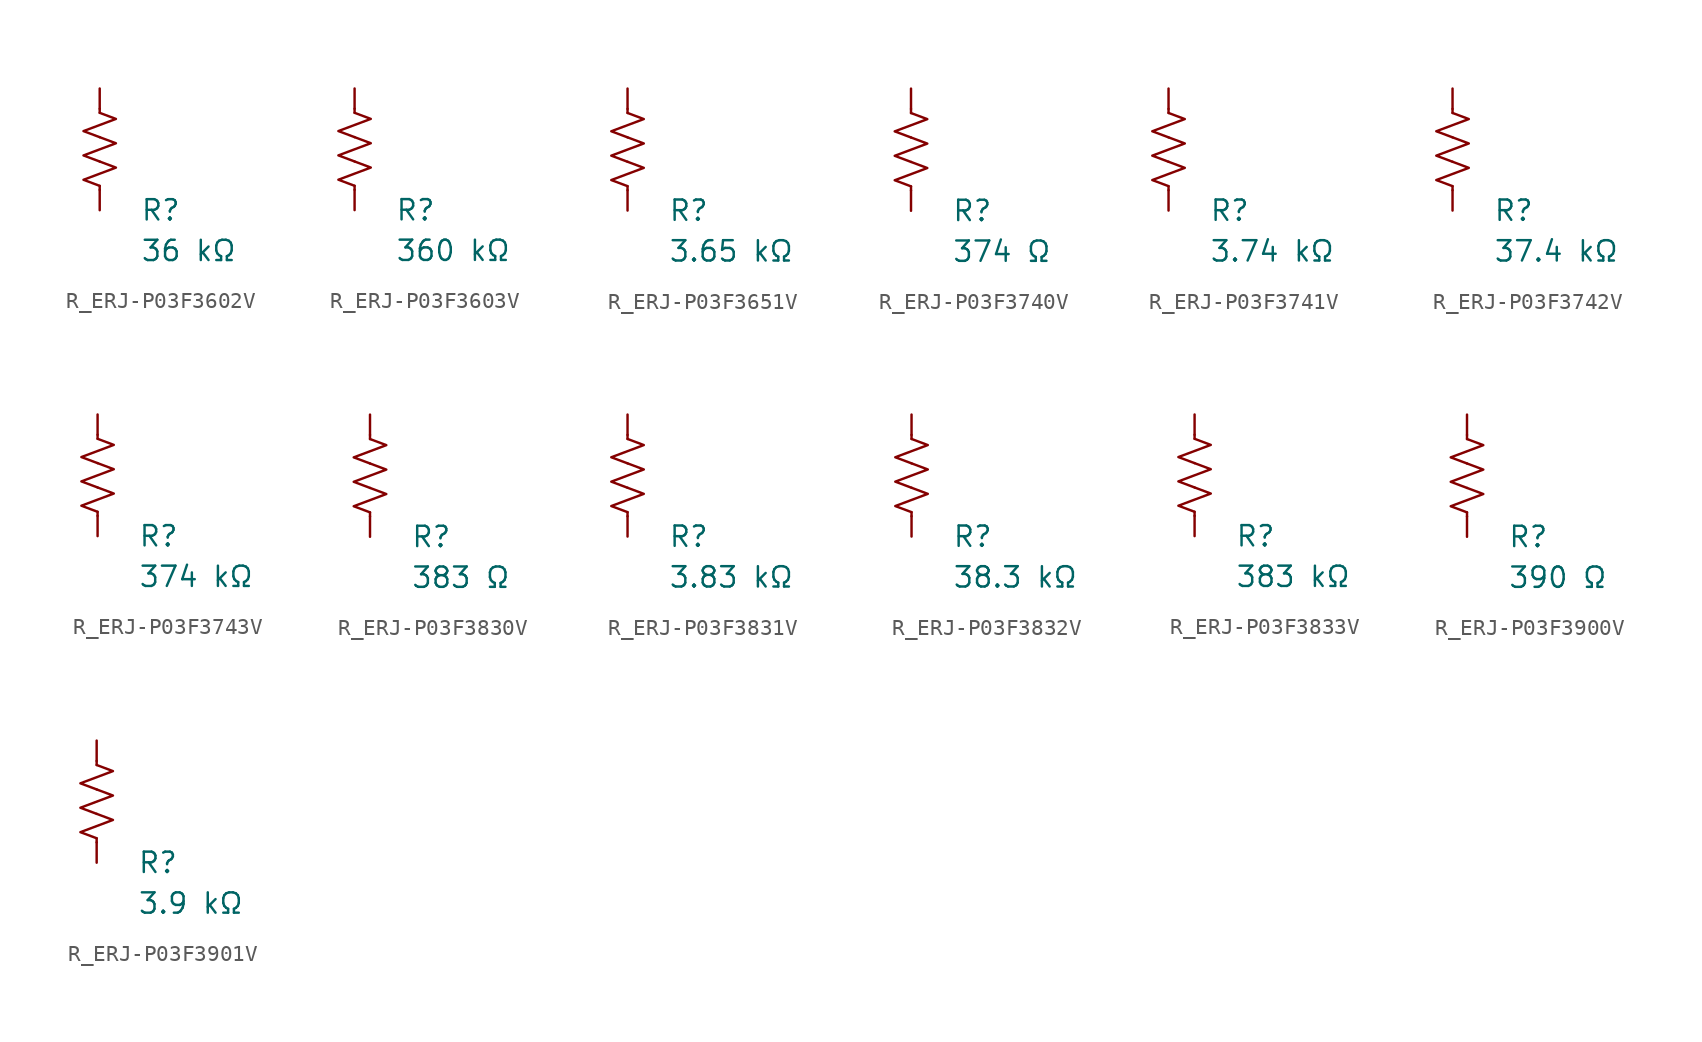
<source format=kicad_sym>
(kicad_symbol_lib
  (version 20231120)
  (generator "kicad_symbol_editor")
  (generator_version "8.0")
  (symbol "R_ERJ-P03F3602V"
    (pin_numbers hide)
    (pin_names
      (offset 0))
    (property "Reference" "R"
      (at 2.54 -3.81 0)
      (effects (font (size 1.27 1.27)) (justify left))
      (show_name no))
    (property "Value" "36 kΩ"
      (at 2.54 -6.35 0)
      (effects (font (size 1.27 1.27)) (justify left))
      (show_name no))
    (symbol "R_ERJ-P03F3602V_0_1"
      (polyline (pts (xy 0 -2.286) (xy 0 -2.54)) (stroke (width 0) (type default)) (fill (type none)))
      (polyline (pts (xy 0 2.286) (xy 0 2.54)) (stroke (width 0) (type default)) (fill (type none)))
      (polyline (pts (xy 0 -0.762) (xy 1.016 -1.143) (xy 0 -1.524) (xy -1.016 -1.905) (xy 0 -2.286)) (stroke (width 0) (type default)) (fill (type none)))
      (polyline (pts (xy 0 0.762) (xy 1.016 0.381) (xy 0 0) (xy -1.016 -0.381) (xy 0 -0.762)) (stroke (width 0) (type default)) (fill (type none)))
      (polyline (pts (xy 0 2.286) (xy 1.016 1.905) (xy 0 1.524) (xy -1.016 1.143) (xy 0 0.762)) (stroke (width 0) (type default)) (fill (type none))))
    (symbol "R_ERJ-P03F3602V_1_1"
      (pin passive line (at 0 3.81 270) (length 1.27) (name "~" (effects (font (size 1.27 1.27)))) (number "1" (effects (font (size 1.27 1.27)))))
      (pin passive line (at 0 -3.81 90) (length 1.27) (name "~" (effects (font (size 1.27 1.27)))) (number "2" (effects (font (size 1.27 1.27)))))))
  (symbol "R_ERJ-P03F3603V"
    (pin_numbers hide)
    (pin_names
      (offset 0))
    (property "Reference" "R"
      (at 2.54 -3.81 0)
      (effects (font (size 1.27 1.27)) (justify left))
      (show_name no))
    (property "Value" "360 kΩ"
      (at 2.54 -6.35 0)
      (effects (font (size 1.27 1.27)) (justify left))
      (show_name no))
    (symbol "R_ERJ-P03F3603V_0_1"
      (polyline (pts (xy 0 -2.286) (xy 0 -2.54)) (stroke (width 0) (type default)) (fill (type none)))
      (polyline (pts (xy 0 2.286) (xy 0 2.54)) (stroke (width 0) (type default)) (fill (type none)))
      (polyline (pts (xy 0 -0.762) (xy 1.016 -1.143) (xy 0 -1.524) (xy -1.016 -1.905) (xy 0 -2.286)) (stroke (width 0) (type default)) (fill (type none)))
      (polyline (pts (xy 0 0.762) (xy 1.016 0.381) (xy 0 0) (xy -1.016 -0.381) (xy 0 -0.762)) (stroke (width 0) (type default)) (fill (type none)))
      (polyline (pts (xy 0 2.286) (xy 1.016 1.905) (xy 0 1.524) (xy -1.016 1.143) (xy 0 0.762)) (stroke (width 0) (type default)) (fill (type none))))
    (symbol "R_ERJ-P03F3603V_1_1"
      (pin passive line (at 0 3.81 270) (length 1.27) (name "~" (effects (font (size 1.27 1.27)))) (number "1" (effects (font (size 1.27 1.27)))))
      (pin passive line (at 0 -3.81 90) (length 1.27) (name "~" (effects (font (size 1.27 1.27)))) (number "2" (effects (font (size 1.27 1.27)))))))
  (symbol "R_ERJ-P03F3651V"
    (pin_numbers hide)
    (pin_names
      (offset 0))
    (property "Reference" "R"
      (at 2.54 -3.81 0)
      (effects (font (size 1.27 1.27)) (justify left))
      (show_name no))
    (property "Value" "3.65 kΩ"
      (at 2.54 -6.35 0)
      (effects (font (size 1.27 1.27)) (justify left))
      (show_name no))
    (symbol "R_ERJ-P03F3651V_0_1"
      (polyline (pts (xy 0 -2.286) (xy 0 -2.54)) (stroke (width 0) (type default)) (fill (type none)))
      (polyline (pts (xy 0 2.286) (xy 0 2.54)) (stroke (width 0) (type default)) (fill (type none)))
      (polyline (pts (xy 0 -0.762) (xy 1.016 -1.143) (xy 0 -1.524) (xy -1.016 -1.905) (xy 0 -2.286)) (stroke (width 0) (type default)) (fill (type none)))
      (polyline (pts (xy 0 0.762) (xy 1.016 0.381) (xy 0 0) (xy -1.016 -0.381) (xy 0 -0.762)) (stroke (width 0) (type default)) (fill (type none)))
      (polyline (pts (xy 0 2.286) (xy 1.016 1.905) (xy 0 1.524) (xy -1.016 1.143) (xy 0 0.762)) (stroke (width 0) (type default)) (fill (type none))))
    (symbol "R_ERJ-P03F3651V_1_1"
      (pin passive line (at 0 3.81 270) (length 1.27) (name "~" (effects (font (size 1.27 1.27)))) (number "1" (effects (font (size 1.27 1.27)))))
      (pin passive line (at 0 -3.81 90) (length 1.27) (name "~" (effects (font (size 1.27 1.27)))) (number "2" (effects (font (size 1.27 1.27)))))))
  (symbol "R_ERJ-P03F3740V"
    (pin_numbers hide)
    (pin_names
      (offset 0))
    (property "Reference" "R"
      (at 2.54 -3.81 0)
      (effects (font (size 1.27 1.27)) (justify left))
      (show_name no))
    (property "Value" "374 Ω"
      (at 2.54 -6.35 0)
      (effects (font (size 1.27 1.27)) (justify left))
      (show_name no))
    (symbol "R_ERJ-P03F3740V_0_1"
      (polyline (pts (xy 0 -2.286) (xy 0 -2.54)) (stroke (width 0) (type default)) (fill (type none)))
      (polyline (pts (xy 0 2.286) (xy 0 2.54)) (stroke (width 0) (type default)) (fill (type none)))
      (polyline (pts (xy 0 -0.762) (xy 1.016 -1.143) (xy 0 -1.524) (xy -1.016 -1.905) (xy 0 -2.286)) (stroke (width 0) (type default)) (fill (type none)))
      (polyline (pts (xy 0 0.762) (xy 1.016 0.381) (xy 0 0) (xy -1.016 -0.381) (xy 0 -0.762)) (stroke (width 0) (type default)) (fill (type none)))
      (polyline (pts (xy 0 2.286) (xy 1.016 1.905) (xy 0 1.524) (xy -1.016 1.143) (xy 0 0.762)) (stroke (width 0) (type default)) (fill (type none))))
    (symbol "R_ERJ-P03F3740V_1_1"
      (pin passive line (at 0 3.81 270) (length 1.27) (name "~" (effects (font (size 1.27 1.27)))) (number "1" (effects (font (size 1.27 1.27)))))
      (pin passive line (at 0 -3.81 90) (length 1.27) (name "~" (effects (font (size 1.27 1.27)))) (number "2" (effects (font (size 1.27 1.27)))))))
  (symbol "R_ERJ-P03F3741V"
    (pin_numbers hide)
    (pin_names
      (offset 0))
    (property "Reference" "R"
      (at 2.54 -3.81 0)
      (effects (font (size 1.27 1.27)) (justify left))
      (show_name no))
    (property "Value" "3.74 kΩ"
      (at 2.54 -6.35 0)
      (effects (font (size 1.27 1.27)) (justify left))
      (show_name no))
    (symbol "R_ERJ-P03F3741V_0_1"
      (polyline (pts (xy 0 -2.286) (xy 0 -2.54)) (stroke (width 0) (type default)) (fill (type none)))
      (polyline (pts (xy 0 2.286) (xy 0 2.54)) (stroke (width 0) (type default)) (fill (type none)))
      (polyline (pts (xy 0 -0.762) (xy 1.016 -1.143) (xy 0 -1.524) (xy -1.016 -1.905) (xy 0 -2.286)) (stroke (width 0) (type default)) (fill (type none)))
      (polyline (pts (xy 0 0.762) (xy 1.016 0.381) (xy 0 0) (xy -1.016 -0.381) (xy 0 -0.762)) (stroke (width 0) (type default)) (fill (type none)))
      (polyline (pts (xy 0 2.286) (xy 1.016 1.905) (xy 0 1.524) (xy -1.016 1.143) (xy 0 0.762)) (stroke (width 0) (type default)) (fill (type none))))
    (symbol "R_ERJ-P03F3741V_1_1"
      (pin passive line (at 0 3.81 270) (length 1.27) (name "~" (effects (font (size 1.27 1.27)))) (number "1" (effects (font (size 1.27 1.27)))))
      (pin passive line (at 0 -3.81 90) (length 1.27) (name "~" (effects (font (size 1.27 1.27)))) (number "2" (effects (font (size 1.27 1.27)))))))
  (symbol "R_ERJ-P03F3742V"
    (pin_numbers hide)
    (pin_names
      (offset 0))
    (property "Reference" "R"
      (at 2.54 -3.81 0)
      (effects (font (size 1.27 1.27)) (justify left))
      (show_name no))
    (property "Value" "37.4 kΩ"
      (at 2.54 -6.35 0)
      (effects (font (size 1.27 1.27)) (justify left))
      (show_name no))
    (symbol "R_ERJ-P03F3742V_0_1"
      (polyline (pts (xy 0 -2.286) (xy 0 -2.54)) (stroke (width 0) (type default)) (fill (type none)))
      (polyline (pts (xy 0 2.286) (xy 0 2.54)) (stroke (width 0) (type default)) (fill (type none)))
      (polyline (pts (xy 0 -0.762) (xy 1.016 -1.143) (xy 0 -1.524) (xy -1.016 -1.905) (xy 0 -2.286)) (stroke (width 0) (type default)) (fill (type none)))
      (polyline (pts (xy 0 0.762) (xy 1.016 0.381) (xy 0 0) (xy -1.016 -0.381) (xy 0 -0.762)) (stroke (width 0) (type default)) (fill (type none)))
      (polyline (pts (xy 0 2.286) (xy 1.016 1.905) (xy 0 1.524) (xy -1.016 1.143) (xy 0 0.762)) (stroke (width 0) (type default)) (fill (type none))))
    (symbol "R_ERJ-P03F3742V_1_1"
      (pin passive line (at 0 3.81 270) (length 1.27) (name "~" (effects (font (size 1.27 1.27)))) (number "1" (effects (font (size 1.27 1.27)))))
      (pin passive line (at 0 -3.81 90) (length 1.27) (name "~" (effects (font (size 1.27 1.27)))) (number "2" (effects (font (size 1.27 1.27)))))))
  (symbol "R_ERJ-P03F3743V"
    (pin_numbers hide)
    (pin_names
      (offset 0))
    (property "Reference" "R"
      (at 2.54 -3.81 0)
      (effects (font (size 1.27 1.27)) (justify left))
      (show_name no))
    (property "Value" "374 kΩ"
      (at 2.54 -6.35 0)
      (effects (font (size 1.27 1.27)) (justify left))
      (show_name no))
    (symbol "R_ERJ-P03F3743V_0_1"
      (polyline (pts (xy 0 -2.286) (xy 0 -2.54)) (stroke (width 0) (type default)) (fill (type none)))
      (polyline (pts (xy 0 2.286) (xy 0 2.54)) (stroke (width 0) (type default)) (fill (type none)))
      (polyline (pts (xy 0 -0.762) (xy 1.016 -1.143) (xy 0 -1.524) (xy -1.016 -1.905) (xy 0 -2.286)) (stroke (width 0) (type default)) (fill (type none)))
      (polyline (pts (xy 0 0.762) (xy 1.016 0.381) (xy 0 0) (xy -1.016 -0.381) (xy 0 -0.762)) (stroke (width 0) (type default)) (fill (type none)))
      (polyline (pts (xy 0 2.286) (xy 1.016 1.905) (xy 0 1.524) (xy -1.016 1.143) (xy 0 0.762)) (stroke (width 0) (type default)) (fill (type none))))
    (symbol "R_ERJ-P03F3743V_1_1"
      (pin passive line (at 0 3.81 270) (length 1.27) (name "~" (effects (font (size 1.27 1.27)))) (number "1" (effects (font (size 1.27 1.27)))))
      (pin passive line (at 0 -3.81 90) (length 1.27) (name "~" (effects (font (size 1.27 1.27)))) (number "2" (effects (font (size 1.27 1.27)))))))
  (symbol "R_ERJ-P03F3830V"
    (pin_numbers hide)
    (pin_names
      (offset 0))
    (property "Reference" "R"
      (at 2.54 -3.81 0)
      (effects (font (size 1.27 1.27)) (justify left))
      (show_name no))
    (property "Value" "383 Ω"
      (at 2.54 -6.35 0)
      (effects (font (size 1.27 1.27)) (justify left))
      (show_name no))
    (symbol "R_ERJ-P03F3830V_0_1"
      (polyline (pts (xy 0 -2.286) (xy 0 -2.54)) (stroke (width 0) (type default)) (fill (type none)))
      (polyline (pts (xy 0 2.286) (xy 0 2.54)) (stroke (width 0) (type default)) (fill (type none)))
      (polyline (pts (xy 0 -0.762) (xy 1.016 -1.143) (xy 0 -1.524) (xy -1.016 -1.905) (xy 0 -2.286)) (stroke (width 0) (type default)) (fill (type none)))
      (polyline (pts (xy 0 0.762) (xy 1.016 0.381) (xy 0 0) (xy -1.016 -0.381) (xy 0 -0.762)) (stroke (width 0) (type default)) (fill (type none)))
      (polyline (pts (xy 0 2.286) (xy 1.016 1.905) (xy 0 1.524) (xy -1.016 1.143) (xy 0 0.762)) (stroke (width 0) (type default)) (fill (type none))))
    (symbol "R_ERJ-P03F3830V_1_1"
      (pin passive line (at 0 3.81 270) (length 1.27) (name "~" (effects (font (size 1.27 1.27)))) (number "1" (effects (font (size 1.27 1.27)))))
      (pin passive line (at 0 -3.81 90) (length 1.27) (name "~" (effects (font (size 1.27 1.27)))) (number "2" (effects (font (size 1.27 1.27)))))))
  (symbol "R_ERJ-P03F3831V"
    (pin_numbers hide)
    (pin_names
      (offset 0))
    (property "Reference" "R"
      (at 2.54 -3.81 0)
      (effects (font (size 1.27 1.27)) (justify left))
      (show_name no))
    (property "Value" "3.83 kΩ"
      (at 2.54 -6.35 0)
      (effects (font (size 1.27 1.27)) (justify left))
      (show_name no))
    (symbol "R_ERJ-P03F3831V_0_1"
      (polyline (pts (xy 0 -2.286) (xy 0 -2.54)) (stroke (width 0) (type default)) (fill (type none)))
      (polyline (pts (xy 0 2.286) (xy 0 2.54)) (stroke (width 0) (type default)) (fill (type none)))
      (polyline (pts (xy 0 -0.762) (xy 1.016 -1.143) (xy 0 -1.524) (xy -1.016 -1.905) (xy 0 -2.286)) (stroke (width 0) (type default)) (fill (type none)))
      (polyline (pts (xy 0 0.762) (xy 1.016 0.381) (xy 0 0) (xy -1.016 -0.381) (xy 0 -0.762)) (stroke (width 0) (type default)) (fill (type none)))
      (polyline (pts (xy 0 2.286) (xy 1.016 1.905) (xy 0 1.524) (xy -1.016 1.143) (xy 0 0.762)) (stroke (width 0) (type default)) (fill (type none))))
    (symbol "R_ERJ-P03F3831V_1_1"
      (pin passive line (at 0 3.81 270) (length 1.27) (name "~" (effects (font (size 1.27 1.27)))) (number "1" (effects (font (size 1.27 1.27)))))
      (pin passive line (at 0 -3.81 90) (length 1.27) (name "~" (effects (font (size 1.27 1.27)))) (number "2" (effects (font (size 1.27 1.27)))))))
  (symbol "R_ERJ-P03F3832V"
    (pin_numbers hide)
    (pin_names
      (offset 0))
    (property "Reference" "R"
      (at 2.54 -3.81 0)
      (effects (font (size 1.27 1.27)) (justify left))
      (show_name no))
    (property "Value" "38.3 kΩ"
      (at 2.54 -6.35 0)
      (effects (font (size 1.27 1.27)) (justify left))
      (show_name no))
    (symbol "R_ERJ-P03F3832V_0_1"
      (polyline (pts (xy 0 -2.286) (xy 0 -2.54)) (stroke (width 0) (type default)) (fill (type none)))
      (polyline (pts (xy 0 2.286) (xy 0 2.54)) (stroke (width 0) (type default)) (fill (type none)))
      (polyline (pts (xy 0 -0.762) (xy 1.016 -1.143) (xy 0 -1.524) (xy -1.016 -1.905) (xy 0 -2.286)) (stroke (width 0) (type default)) (fill (type none)))
      (polyline (pts (xy 0 0.762) (xy 1.016 0.381) (xy 0 0) (xy -1.016 -0.381) (xy 0 -0.762)) (stroke (width 0) (type default)) (fill (type none)))
      (polyline (pts (xy 0 2.286) (xy 1.016 1.905) (xy 0 1.524) (xy -1.016 1.143) (xy 0 0.762)) (stroke (width 0) (type default)) (fill (type none))))
    (symbol "R_ERJ-P03F3832V_1_1"
      (pin passive line (at 0 3.81 270) (length 1.27) (name "~" (effects (font (size 1.27 1.27)))) (number "1" (effects (font (size 1.27 1.27)))))
      (pin passive line (at 0 -3.81 90) (length 1.27) (name "~" (effects (font (size 1.27 1.27)))) (number "2" (effects (font (size 1.27 1.27)))))))
  (symbol "R_ERJ-P03F3833V"
    (pin_numbers hide)
    (pin_names
      (offset 0))
    (property "Reference" "R"
      (at 2.54 -3.81 0)
      (effects (font (size 1.27 1.27)) (justify left))
      (show_name no))
    (property "Value" "383 kΩ"
      (at 2.54 -6.35 0)
      (effects (font (size 1.27 1.27)) (justify left))
      (show_name no))
    (symbol "R_ERJ-P03F3833V_0_1"
      (polyline (pts (xy 0 -2.286) (xy 0 -2.54)) (stroke (width 0) (type default)) (fill (type none)))
      (polyline (pts (xy 0 2.286) (xy 0 2.54)) (stroke (width 0) (type default)) (fill (type none)))
      (polyline (pts (xy 0 -0.762) (xy 1.016 -1.143) (xy 0 -1.524) (xy -1.016 -1.905) (xy 0 -2.286)) (stroke (width 0) (type default)) (fill (type none)))
      (polyline (pts (xy 0 0.762) (xy 1.016 0.381) (xy 0 0) (xy -1.016 -0.381) (xy 0 -0.762)) (stroke (width 0) (type default)) (fill (type none)))
      (polyline (pts (xy 0 2.286) (xy 1.016 1.905) (xy 0 1.524) (xy -1.016 1.143) (xy 0 0.762)) (stroke (width 0) (type default)) (fill (type none))))
    (symbol "R_ERJ-P03F3833V_1_1"
      (pin passive line (at 0 3.81 270) (length 1.27) (name "~" (effects (font (size 1.27 1.27)))) (number "1" (effects (font (size 1.27 1.27)))))
      (pin passive line (at 0 -3.81 90) (length 1.27) (name "~" (effects (font (size 1.27 1.27)))) (number "2" (effects (font (size 1.27 1.27)))))))
  (symbol "R_ERJ-P03F3900V"
    (pin_numbers hide)
    (pin_names
      (offset 0))
    (property "Reference" "R"
      (at 2.54 -3.81 0)
      (effects (font (size 1.27 1.27)) (justify left))
      (show_name no))
    (property "Value" "390 Ω"
      (at 2.54 -6.35 0)
      (effects (font (size 1.27 1.27)) (justify left))
      (show_name no))
    (symbol "R_ERJ-P03F3900V_0_1"
      (polyline (pts (xy 0 -2.286) (xy 0 -2.54)) (stroke (width 0) (type default)) (fill (type none)))
      (polyline (pts (xy 0 2.286) (xy 0 2.54)) (stroke (width 0) (type default)) (fill (type none)))
      (polyline (pts (xy 0 -0.762) (xy 1.016 -1.143) (xy 0 -1.524) (xy -1.016 -1.905) (xy 0 -2.286)) (stroke (width 0) (type default)) (fill (type none)))
      (polyline (pts (xy 0 0.762) (xy 1.016 0.381) (xy 0 0) (xy -1.016 -0.381) (xy 0 -0.762)) (stroke (width 0) (type default)) (fill (type none)))
      (polyline (pts (xy 0 2.286) (xy 1.016 1.905) (xy 0 1.524) (xy -1.016 1.143) (xy 0 0.762)) (stroke (width 0) (type default)) (fill (type none))))
    (symbol "R_ERJ-P03F3900V_1_1"
      (pin passive line (at 0 3.81 270) (length 1.27) (name "~" (effects (font (size 1.27 1.27)))) (number "1" (effects (font (size 1.27 1.27)))))
      (pin passive line (at 0 -3.81 90) (length 1.27) (name "~" (effects (font (size 1.27 1.27)))) (number "2" (effects (font (size 1.27 1.27)))))))
  (symbol "R_ERJ-P03F3901V"
    (pin_numbers hide)
    (pin_names
      (offset 0))
    (property "Reference" "R"
      (at 2.54 -3.81 0)
      (effects (font (size 1.27 1.27)) (justify left))
      (show_name no))
    (property "Value" "3.9 kΩ"
      (at 2.54 -6.35 0)
      (effects (font (size 1.27 1.27)) (justify left))
      (show_name no))
    (symbol "R_ERJ-P03F3901V_0_1"
      (polyline (pts (xy 0 -2.286) (xy 0 -2.54)) (stroke (width 0) (type default)) (fill (type none)))
      (polyline (pts (xy 0 2.286) (xy 0 2.54)) (stroke (width 0) (type default)) (fill (type none)))
      (polyline (pts (xy 0 -0.762) (xy 1.016 -1.143) (xy 0 -1.524) (xy -1.016 -1.905) (xy 0 -2.286)) (stroke (width 0) (type default)) (fill (type none)))
      (polyline (pts (xy 0 0.762) (xy 1.016 0.381) (xy 0 0) (xy -1.016 -0.381) (xy 0 -0.762)) (stroke (width 0) (type default)) (fill (type none)))
      (polyline (pts (xy 0 2.286) (xy 1.016 1.905) (xy 0 1.524) (xy -1.016 1.143) (xy 0 0.762)) (stroke (width 0) (type default)) (fill (type none))))
    (symbol "R_ERJ-P03F3901V_1_1"
      (pin passive line (at 0 3.81 270) (length 1.27) (name "~" (effects (font (size 1.27 1.27)))) (number "1" (effects (font (size 1.27 1.27)))))
      (pin passive line (at 0 -3.81 90) (length 1.27) (name "~" (effects (font (size 1.27 1.27)))) (number "2" (effects (font (size 1.27 1.27))))))))
</source>
